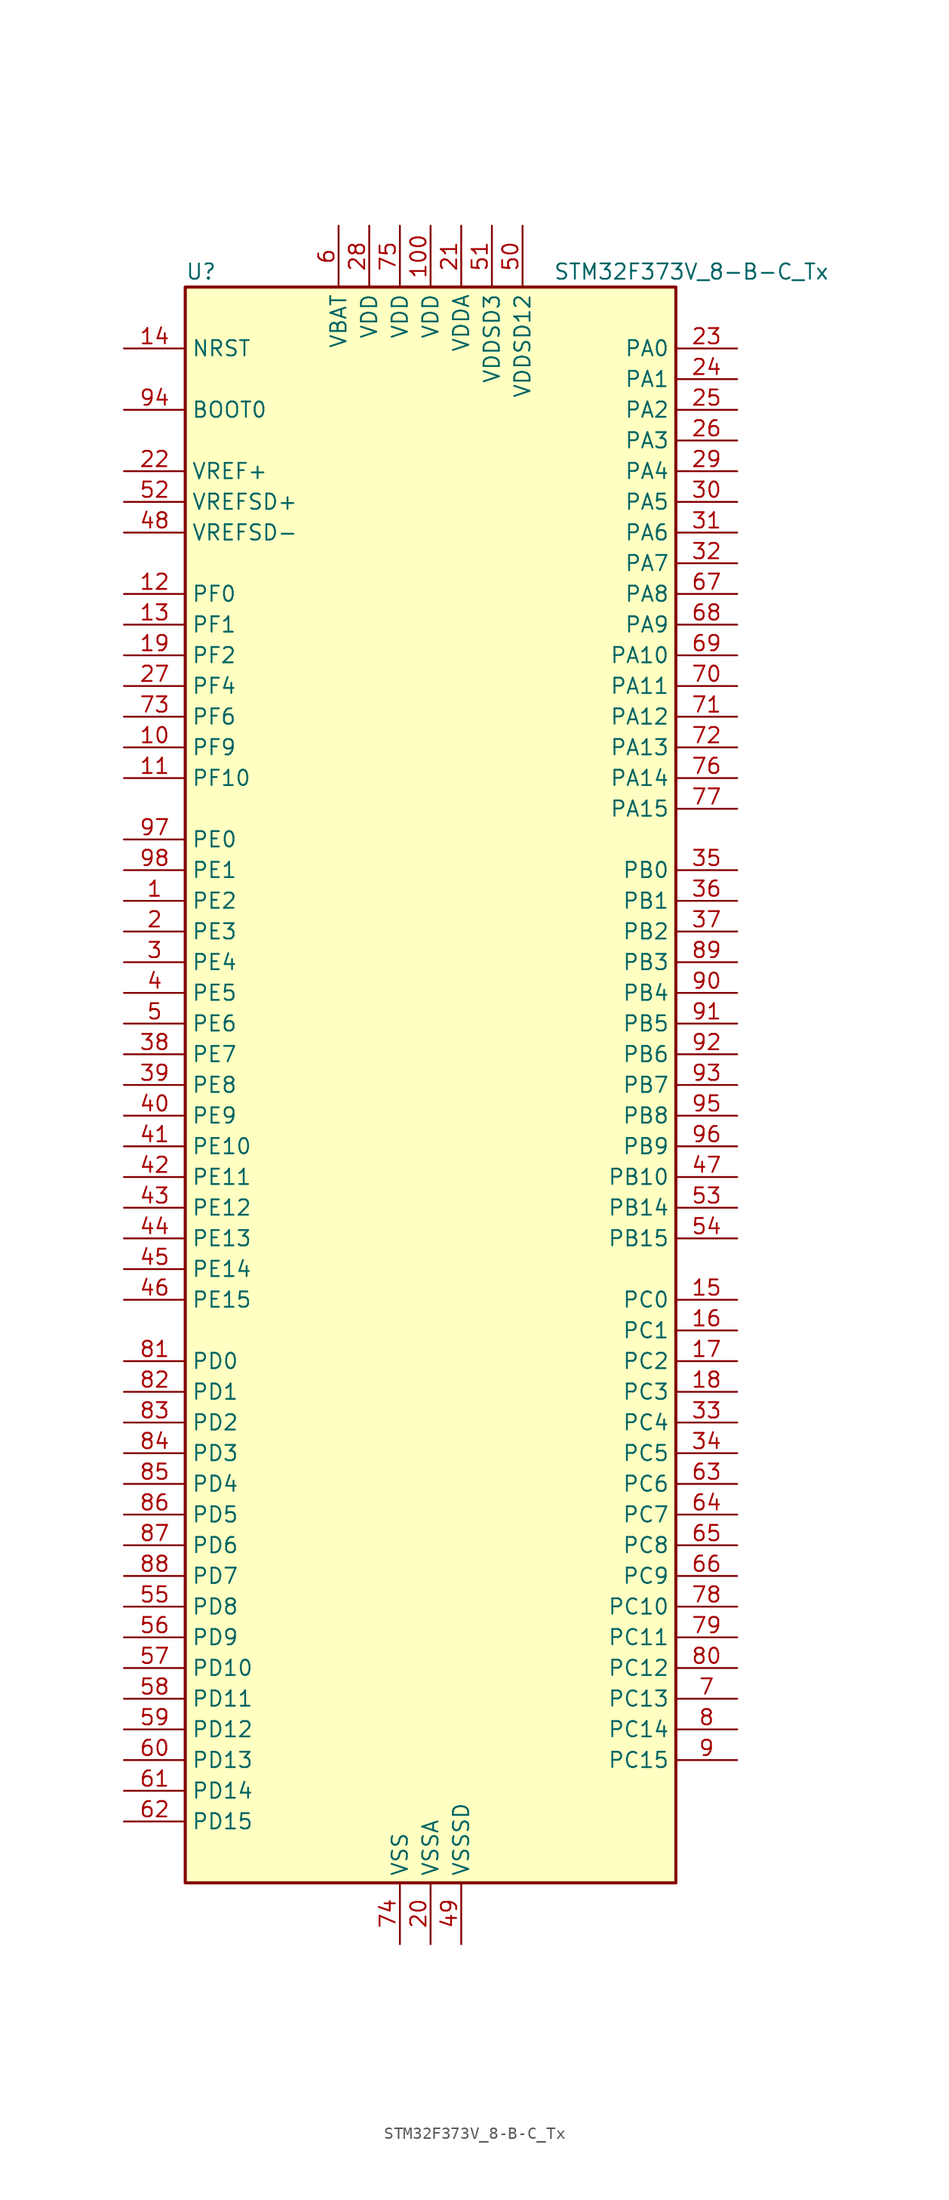
<source format=kicad_sym>
(kicad_symbol_lib
  (version 20241209)
  (generator "kicad_symbol_editor")
  (generator_version "9.0")
  (symbol "STM32F373V_8-B-C_Tx"
    (property "Reference" "U"
      (at -20.32 67.31 0)
      (effects (font (size 1.27 1.27)) (justify left)))
    (property "Value" "STM32F373V_8-B-C_Tx"
      (at 10.16 67.31 0)
      (effects (font (size 1.27 1.27)) (justify left)))
    (symbol "STM32F373V_8-B-C_Tx_0_1"
      (rectangle (start -20.32 -66.04) (end 20.32 66.04) (stroke (width 0.254) (type default)) (fill (type background))))
    (symbol "STM32F373V_8-B-C_Tx_1_1"
      (pin input line (at -25.4 60.96 0) (length 5.08) (name "NRST" (effects (font (size 1.27 1.27)))) (number "14" (effects (font (size 1.27 1.27)))))
      (pin input line (at -25.4 55.88 0) (length 5.08) (name "BOOT0" (effects (font (size 1.27 1.27)))) (number "94" (effects (font (size 1.27 1.27)))))
      (pin input line (at -25.4 50.8 0) (length 5.08) (name "VREF+" (effects (font (size 1.27 1.27)))) (number "22" (effects (font (size 1.27 1.27)))))
      (pin input line (at -25.4 48.26 0) (length 5.08) (name "VREFSD+" (effects (font (size 1.27 1.27)))) (number "52" (effects (font (size 1.27 1.27)))))
      (pin input line (at -25.4 45.72 0) (length 5.08) (name "VREFSD-" (effects (font (size 1.27 1.27)))) (number "48" (effects (font (size 1.27 1.27)))))
      (pin bidirectional line (at -25.4 40.64 0) (length 5.08) (name "PF0" (effects (font (size 1.27 1.27)))) (number "12" (effects (font (size 1.27 1.27)))) (alternate "I2C2_SDA" bidirectional line) (alternate "RCC_OSC_IN" bidirectional line))
      (pin bidirectional line (at -25.4 38.1 0) (length 5.08) (name "PF1" (effects (font (size 1.27 1.27)))) (number "13" (effects (font (size 1.27 1.27)))) (alternate "I2C2_SCL" bidirectional line) (alternate "RCC_OSC_OUT" bidirectional line))
      (pin bidirectional line (at -25.4 35.56 0) (length 5.08) (name "PF2" (effects (font (size 1.27 1.27)))) (number "19" (effects (font (size 1.27 1.27)))) (alternate "I2C2_SMBA" bidirectional line))
      (pin bidirectional line (at -25.4 33.02 0) (length 5.08) (name "PF4" (effects (font (size 1.27 1.27)))) (number "27" (effects (font (size 1.27 1.27)))))
      (pin bidirectional line (at -25.4 30.48 0) (length 5.08) (name "PF6" (effects (font (size 1.27 1.27)))) (number "73" (effects (font (size 1.27 1.27)))) (alternate "I2C2_SCL" bidirectional line) (alternate "I2S1_SD" bidirectional line) (alternate "SPI1_MOSI" bidirectional line) (alternate "TIM4_CH4" bidirectional line) (alternate "USART3_DE" bidirectional line) (alternate "USART3_RTS" bidirectional line))
      (pin bidirectional line (at -25.4 27.94 0) (length 5.08) (name "PF9" (effects (font (size 1.27 1.27)))) (number "10" (effects (font (size 1.27 1.27)))) (alternate "DAC1_EXTI9" bidirectional line) (alternate "DAC2_EXTI9" bidirectional line) (alternate "TIM14_CH1" bidirectional line))
      (pin bidirectional line (at -25.4 25.4 0) (length 5.08) (name "PF10" (effects (font (size 1.27 1.27)))) (number "11" (effects (font (size 1.27 1.27)))))
      (pin bidirectional line (at -25.4 20.32 0) (length 5.08) (name "PE0" (effects (font (size 1.27 1.27)))) (number "97" (effects (font (size 1.27 1.27)))) (alternate "TIM4_ETR" bidirectional line) (alternate "USART1_TX" bidirectional line))
      (pin bidirectional line (at -25.4 17.78 0) (length 5.08) (name "PE1" (effects (font (size 1.27 1.27)))) (number "98" (effects (font (size 1.27 1.27)))) (alternate "USART1_RX" bidirectional line))
      (pin bidirectional line (at -25.4 15.24 0) (length 5.08) (name "PE2" (effects (font (size 1.27 1.27)))) (number "1" (effects (font (size 1.27 1.27)))) (alternate "SYS_TRACECK" bidirectional line) (alternate "TSC_G7_IO1" bidirectional line))
      (pin bidirectional line (at -25.4 12.7 0) (length 5.08) (name "PE3" (effects (font (size 1.27 1.27)))) (number "2" (effects (font (size 1.27 1.27)))) (alternate "SYS_TRACED0" bidirectional line) (alternate "TSC_G7_IO2" bidirectional line))
      (pin bidirectional line (at -25.4 10.16 0) (length 5.08) (name "PE4" (effects (font (size 1.27 1.27)))) (number "3" (effects (font (size 1.27 1.27)))) (alternate "SYS_TRACED1" bidirectional line) (alternate "TSC_G7_IO3" bidirectional line))
      (pin bidirectional line (at -25.4 7.62 0) (length 5.08) (name "PE5" (effects (font (size 1.27 1.27)))) (number "4" (effects (font (size 1.27 1.27)))) (alternate "SYS_TRACED2" bidirectional line) (alternate "TSC_G7_IO4" bidirectional line))
      (pin bidirectional line (at -25.4 5.08 0) (length 5.08) (name "PE6" (effects (font (size 1.27 1.27)))) (number "5" (effects (font (size 1.27 1.27)))) (alternate "RTC_TAMP3" bidirectional line) (alternate "SYS_TRACED3" bidirectional line) (alternate "SYS_WKUP3" bidirectional line))
      (pin bidirectional line (at -25.4 2.54 0) (length 5.08) (name "PE7" (effects (font (size 1.27 1.27)))) (number "38" (effects (font (size 1.27 1.27)))) (alternate "SDADC1_AIN3P" bidirectional line) (alternate "SDADC1_AIN4M" bidirectional line) (alternate "SDADC2_AIN5P" bidirectional line) (alternate "SDADC2_AIN6M" bidirectional line))
      (pin bidirectional line (at -25.4 0 0) (length 5.08) (name "PE8" (effects (font (size 1.27 1.27)))) (number "39" (effects (font (size 1.27 1.27)))) (alternate "SDADC1_AIN8P" bidirectional line) (alternate "SDADC2_AIN8P" bidirectional line))
      (pin bidirectional line (at -25.4 -2.54 0) (length 5.08) (name "PE9" (effects (font (size 1.27 1.27)))) (number "40" (effects (font (size 1.27 1.27)))) (alternate "DAC1_EXTI9" bidirectional line) (alternate "DAC2_EXTI9" bidirectional line) (alternate "SDADC1_AIN7P" bidirectional line) (alternate "SDADC1_AIN8M" bidirectional line) (alternate "SDADC2_AIN7P" bidirectional line) (alternate "SDADC2_AIN8M" bidirectional line))
      (pin bidirectional line (at -25.4 -5.08 0) (length 5.08) (name "PE10" (effects (font (size 1.27 1.27)))) (number "41" (effects (font (size 1.27 1.27)))) (alternate "SDADC1_AIN2P" bidirectional line))
      (pin bidirectional line (at -25.4 -7.62 0) (length 5.08) (name "PE11" (effects (font (size 1.27 1.27)))) (number "42" (effects (font (size 1.27 1.27)))) (alternate "ADC1_EXTI11" bidirectional line) (alternate "SDADC1_AIN1P" bidirectional line) (alternate "SDADC1_AIN2M" bidirectional line) (alternate "SDADC1_EXTI11" bidirectional line) (alternate "SDADC2_AIN4P" bidirectional line) (alternate "SDADC2_EXTI11" bidirectional line) (alternate "SDADC3_EXTI11" bidirectional line))
      (pin bidirectional line (at -25.4 -10.16 0) (length 5.08) (name "PE12" (effects (font (size 1.27 1.27)))) (number "43" (effects (font (size 1.27 1.27)))) (alternate "SDADC1_AIN0P" bidirectional line) (alternate "SDADC2_AIN3P" bidirectional line) (alternate "SDADC2_AIN4M" bidirectional line))
      (pin bidirectional line (at -25.4 -12.7 0) (length 5.08) (name "PE13" (effects (font (size 1.27 1.27)))) (number "44" (effects (font (size 1.27 1.27)))) (alternate "SDADC1_AIN0M" bidirectional line) (alternate "SDADC2_AIN2P" bidirectional line))
      (pin bidirectional line (at -25.4 -15.24 0) (length 5.08) (name "PE14" (effects (font (size 1.27 1.27)))) (number "45" (effects (font (size 1.27 1.27)))) (alternate "SDADC2_AIN1P" bidirectional line) (alternate "SDADC2_AIN2M" bidirectional line))
      (pin bidirectional line (at -25.4 -17.78 0) (length 5.08) (name "PE15" (effects (font (size 1.27 1.27)))) (number "46" (effects (font (size 1.27 1.27)))) (alternate "ADC1_EXTI15" bidirectional line) (alternate "SDADC1_EXTI15" bidirectional line) (alternate "SDADC2_AIN0P" bidirectional line) (alternate "SDADC2_EXTI15" bidirectional line) (alternate "SDADC3_EXTI15" bidirectional line) (alternate "USART3_RX" bidirectional line))
      (pin bidirectional line (at -25.4 -22.86 0) (length 5.08) (name "PD0" (effects (font (size 1.27 1.27)))) (number "81" (effects (font (size 1.27 1.27)))) (alternate "CAN_RX" bidirectional line) (alternate "TIM19_CH4" bidirectional line))
      (pin bidirectional line (at -25.4 -25.4 0) (length 5.08) (name "PD1" (effects (font (size 1.27 1.27)))) (number "82" (effects (font (size 1.27 1.27)))) (alternate "CAN_TX" bidirectional line) (alternate "TIM19_ETR" bidirectional line))
      (pin bidirectional line (at -25.4 -27.94 0) (length 5.08) (name "PD2" (effects (font (size 1.27 1.27)))) (number "83" (effects (font (size 1.27 1.27)))) (alternate "TIM3_ETR" bidirectional line))
      (pin bidirectional line (at -25.4 -30.48 0) (length 5.08) (name "PD3" (effects (font (size 1.27 1.27)))) (number "84" (effects (font (size 1.27 1.27)))) (alternate "I2S2_MCK" bidirectional line) (alternate "SPI2_MISO" bidirectional line) (alternate "USART2_CTS" bidirectional line))
      (pin bidirectional line (at -25.4 -33.02 0) (length 5.08) (name "PD4" (effects (font (size 1.27 1.27)))) (number "85" (effects (font (size 1.27 1.27)))) (alternate "I2S2_SD" bidirectional line) (alternate "SPI2_MOSI" bidirectional line) (alternate "USART2_DE" bidirectional line) (alternate "USART2_RTS" bidirectional line))
      (pin bidirectional line (at -25.4 -35.56 0) (length 5.08) (name "PD5" (effects (font (size 1.27 1.27)))) (number "86" (effects (font (size 1.27 1.27)))) (alternate "USART2_TX" bidirectional line))
      (pin bidirectional line (at -25.4 -38.1 0) (length 5.08) (name "PD6" (effects (font (size 1.27 1.27)))) (number "87" (effects (font (size 1.27 1.27)))) (alternate "I2S2_WS" bidirectional line) (alternate "SPI2_NSS" bidirectional line) (alternate "USART2_RX" bidirectional line))
      (pin bidirectional line (at -25.4 -40.64 0) (length 5.08) (name "PD7" (effects (font (size 1.27 1.27)))) (number "88" (effects (font (size 1.27 1.27)))) (alternate "I2S2_CK" bidirectional line) (alternate "SPI2_SCK" bidirectional line) (alternate "USART2_CK" bidirectional line))
      (pin bidirectional line (at -25.4 -43.18 0) (length 5.08) (name "PD8" (effects (font (size 1.27 1.27)))) (number "55" (effects (font (size 1.27 1.27)))) (alternate "I2S2_CK" bidirectional line) (alternate "SDADC3_AIN6P" bidirectional line) (alternate "SPI2_SCK" bidirectional line) (alternate "TSC_G6_IO3" bidirectional line) (alternate "USART3_TX" bidirectional line))
      (pin bidirectional line (at -25.4 -45.72 0) (length 5.08) (name "PD9" (effects (font (size 1.27 1.27)))) (number "56" (effects (font (size 1.27 1.27)))) (alternate "DAC1_EXTI9" bidirectional line) (alternate "DAC2_EXTI9" bidirectional line) (alternate "SDADC3_AIN5P" bidirectional line) (alternate "SDADC3_AIN6M" bidirectional line) (alternate "TSC_G6_IO4" bidirectional line) (alternate "USART3_RX" bidirectional line))
      (pin bidirectional line (at -25.4 -48.26 0) (length 5.08) (name "PD10" (effects (font (size 1.27 1.27)))) (number "57" (effects (font (size 1.27 1.27)))) (alternate "SDADC3_AIN4P" bidirectional line) (alternate "USART3_CK" bidirectional line))
      (pin bidirectional line (at -25.4 -50.8 0) (length 5.08) (name "PD11" (effects (font (size 1.27 1.27)))) (number "58" (effects (font (size 1.27 1.27)))) (alternate "ADC1_EXTI11" bidirectional line) (alternate "SDADC1_EXTI11" bidirectional line) (alternate "SDADC2_EXTI11" bidirectional line) (alternate "SDADC3_AIN3P" bidirectional line) (alternate "SDADC3_AIN4M" bidirectional line) (alternate "SDADC3_EXTI11" bidirectional line) (alternate "USART3_CTS" bidirectional line))
      (pin bidirectional line (at -25.4 -53.34 0) (length 5.08) (name "PD12" (effects (font (size 1.27 1.27)))) (number "59" (effects (font (size 1.27 1.27)))) (alternate "SDADC3_AIN2P" bidirectional line) (alternate "TIM4_CH1" bidirectional line) (alternate "TSC_G8_IO1" bidirectional line) (alternate "USART3_DE" bidirectional line) (alternate "USART3_RTS" bidirectional line))
      (pin bidirectional line (at -25.4 -55.88 0) (length 5.08) (name "PD13" (effects (font (size 1.27 1.27)))) (number "60" (effects (font (size 1.27 1.27)))) (alternate "SDADC3_AIN1P" bidirectional line) (alternate "SDADC3_AIN2M" bidirectional line) (alternate "TIM4_CH2" bidirectional line) (alternate "TSC_G8_IO2" bidirectional line))
      (pin bidirectional line (at -25.4 -58.42 0) (length 5.08) (name "PD14" (effects (font (size 1.27 1.27)))) (number "61" (effects (font (size 1.27 1.27)))) (alternate "SDADC3_AIN0P" bidirectional line) (alternate "TIM4_CH3" bidirectional line) (alternate "TSC_G8_IO3" bidirectional line))
      (pin bidirectional line (at -25.4 -60.96 0) (length 5.08) (name "PD15" (effects (font (size 1.27 1.27)))) (number "62" (effects (font (size 1.27 1.27)))) (alternate "ADC1_EXTI15" bidirectional line) (alternate "SDADC1_EXTI15" bidirectional line) (alternate "SDADC2_EXTI15" bidirectional line) (alternate "SDADC3_AIN0M" bidirectional line) (alternate "SDADC3_EXTI15" bidirectional line) (alternate "TIM4_CH4" bidirectional line) (alternate "TSC_G8_IO4" bidirectional line))
      (pin power_in line (at -7.62 71.12 270) (length 5.08) (name "VBAT" (effects (font (size 1.27 1.27)))) (number "6" (effects (font (size 1.27 1.27)))))
      (pin power_in line (at -5.08 71.12 270) (length 5.08) (name "VDD" (effects (font (size 1.27 1.27)))) (number "28" (effects (font (size 1.27 1.27)))))
      (pin power_in line (at -2.54 71.12 270) (length 5.08) (name "VDD" (effects (font (size 1.27 1.27)))) (number "75" (effects (font (size 1.27 1.27)))))
      (pin power_in line (at -2.54 -71.12 90) (length 5.08) (name "VSS" (effects (font (size 1.27 1.27)))) (number "74" (effects (font (size 1.27 1.27)))))
      (pin passive line (at -2.54 -71.12 90) (length 5.08) (hide yes) (name "VSS" (effects (font (size 1.27 1.27)))) (number "99" (effects (font (size 1.27 1.27)))))
      (pin power_in line (at 0 71.12 270) (length 5.08) (name "VDD" (effects (font (size 1.27 1.27)))) (number "100" (effects (font (size 1.27 1.27)))))
      (pin power_in line (at 0 -71.12 90) (length 5.08) (name "VSSA" (effects (font (size 1.27 1.27)))) (number "20" (effects (font (size 1.27 1.27)))))
      (pin power_in line (at 2.54 71.12 270) (length 5.08) (name "VDDA" (effects (font (size 1.27 1.27)))) (number "21" (effects (font (size 1.27 1.27)))))
      (pin power_in line (at 2.54 -71.12 90) (length 5.08) (name "VSSSD" (effects (font (size 1.27 1.27)))) (number "49" (effects (font (size 1.27 1.27)))))
      (pin power_in line (at 5.08 71.12 270) (length 5.08) (name "VDDSD3" (effects (font (size 1.27 1.27)))) (number "51" (effects (font (size 1.27 1.27)))))
      (pin power_in line (at 7.62 71.12 270) (length 5.08) (name "VDDSD12" (effects (font (size 1.27 1.27)))) (number "50" (effects (font (size 1.27 1.27)))))
      (pin bidirectional line (at 25.4 60.96 180) (length 5.08) (name "PA0" (effects (font (size 1.27 1.27)))) (number "23" (effects (font (size 1.27 1.27)))) (alternate "ADC1_IN0" bidirectional line) (alternate "COMP1_INM" bidirectional line) (alternate "COMP1_OUT" bidirectional line) (alternate "RTC_TAMP2" bidirectional line) (alternate "SYS_WKUP1" bidirectional line) (alternate "TIM19_CH1" bidirectional line) (alternate "TIM2_CH1" bidirectional line) (alternate "TIM2_ETR" bidirectional line) (alternate "TIM5_CH1" bidirectional line) (alternate "TIM5_ETR" bidirectional line) (alternate "TSC_G1_IO1" bidirectional line) (alternate "USART2_CTS" bidirectional line))
      (pin bidirectional line (at 25.4 58.42 180) (length 5.08) (name "PA1" (effects (font (size 1.27 1.27)))) (number "24" (effects (font (size 1.27 1.27)))) (alternate "ADC1_IN1" bidirectional line) (alternate "COMP1_INP" bidirectional line) (alternate "I2S3_CK" bidirectional line) (alternate "RTC_REFIN" bidirectional line) (alternate "SPI3_SCK" bidirectional line) (alternate "TIM15_CH1N" bidirectional line) (alternate "TIM19_CH2" bidirectional line) (alternate "TIM2_CH2" bidirectional line) (alternate "TIM5_CH2" bidirectional line) (alternate "TSC_G1_IO2" bidirectional line) (alternate "USART2_DE" bidirectional line) (alternate "USART2_RTS" bidirectional line))
      (pin bidirectional line (at 25.4 55.88 180) (length 5.08) (name "PA2" (effects (font (size 1.27 1.27)))) (number "25" (effects (font (size 1.27 1.27)))) (alternate "ADC1_IN2" bidirectional line) (alternate "COMP2_INM" bidirectional line) (alternate "COMP2_OUT" bidirectional line) (alternate "I2S3_MCK" bidirectional line) (alternate "SPI3_MISO" bidirectional line) (alternate "TIM15_CH1" bidirectional line) (alternate "TIM19_CH3" bidirectional line) (alternate "TIM2_CH3" bidirectional line) (alternate "TIM5_CH3" bidirectional line) (alternate "TSC_G1_IO3" bidirectional line) (alternate "USART2_TX" bidirectional line))
      (pin bidirectional line (at 25.4 53.34 180) (length 5.08) (name "PA3" (effects (font (size 1.27 1.27)))) (number "26" (effects (font (size 1.27 1.27)))) (alternate "ADC1_IN3" bidirectional line) (alternate "COMP2_INP" bidirectional line) (alternate "I2S3_SD" bidirectional line) (alternate "SPI3_MOSI" bidirectional line) (alternate "TIM15_CH2" bidirectional line) (alternate "TIM19_CH4" bidirectional line) (alternate "TIM2_CH4" bidirectional line) (alternate "TIM5_CH4" bidirectional line) (alternate "TSC_G1_IO4" bidirectional line) (alternate "USART2_RX" bidirectional line))
      (pin bidirectional line (at 25.4 50.8 180) (length 5.08) (name "PA4" (effects (font (size 1.27 1.27)))) (number "29" (effects (font (size 1.27 1.27)))) (alternate "ADC1_IN4" bidirectional line) (alternate "DAC1_OUT1" bidirectional line) (alternate "I2S1_WS" bidirectional line) (alternate "I2S3_WS" bidirectional line) (alternate "SPI1_NSS" bidirectional line) (alternate "SPI3_NSS" bidirectional line) (alternate "TIM12_CH1" bidirectional line) (alternate "TIM3_CH2" bidirectional line) (alternate "TSC_G2_IO1" bidirectional line) (alternate "USART2_CK" bidirectional line))
      (pin bidirectional line (at 25.4 48.26 180) (length 5.08) (name "PA5" (effects (font (size 1.27 1.27)))) (number "30" (effects (font (size 1.27 1.27)))) (alternate "ADC1_IN5" bidirectional line) (alternate "CEC" bidirectional line) (alternate "DAC1_OUT2" bidirectional line) (alternate "I2S1_CK" bidirectional line) (alternate "SPI1_SCK" bidirectional line) (alternate "TIM12_CH2" bidirectional line) (alternate "TIM14_CH1" bidirectional line) (alternate "TIM2_CH1" bidirectional line) (alternate "TIM2_ETR" bidirectional line) (alternate "TSC_G2_IO2" bidirectional line))
      (pin bidirectional line (at 25.4 45.72 180) (length 5.08) (name "PA6" (effects (font (size 1.27 1.27)))) (number "31" (effects (font (size 1.27 1.27)))) (alternate "ADC1_IN6" bidirectional line) (alternate "COMP1_OUT" bidirectional line) (alternate "DAC2_OUT1" bidirectional line) (alternate "I2S1_MCK" bidirectional line) (alternate "SPI1_MISO" bidirectional line) (alternate "TIM13_CH1" bidirectional line) (alternate "TIM16_CH1" bidirectional line) (alternate "TIM3_CH1" bidirectional line) (alternate "TSC_G2_IO3" bidirectional line))
      (pin bidirectional line (at 25.4 43.18 180) (length 5.08) (name "PA7" (effects (font (size 1.27 1.27)))) (number "32" (effects (font (size 1.27 1.27)))) (alternate "ADC1_IN7" bidirectional line) (alternate "COMP2_OUT" bidirectional line) (alternate "I2S1_SD" bidirectional line) (alternate "SPI1_MOSI" bidirectional line) (alternate "TIM14_CH1" bidirectional line) (alternate "TIM17_CH1" bidirectional line) (alternate "TIM3_CH2" bidirectional line) (alternate "TSC_G2_IO4" bidirectional line))
      (pin bidirectional line (at 25.4 40.64 180) (length 5.08) (name "PA8" (effects (font (size 1.27 1.27)))) (number "67" (effects (font (size 1.27 1.27)))) (alternate "I2C2_SMBA" bidirectional line) (alternate "I2S2_CK" bidirectional line) (alternate "RCC_MCO" bidirectional line) (alternate "SPI2_SCK" bidirectional line) (alternate "TIM4_ETR" bidirectional line) (alternate "TIM5_CH1" bidirectional line) (alternate "TIM5_ETR" bidirectional line) (alternate "USART1_CK" bidirectional line))
      (pin bidirectional line (at 25.4 38.1 180) (length 5.08) (name "PA9" (effects (font (size 1.27 1.27)))) (number "68" (effects (font (size 1.27 1.27)))) (alternate "DAC1_EXTI9" bidirectional line) (alternate "DAC2_EXTI9" bidirectional line) (alternate "I2C2_SCL" bidirectional line) (alternate "I2S2_MCK" bidirectional line) (alternate "SPI2_MISO" bidirectional line) (alternate "TIM13_CH1" bidirectional line) (alternate "TIM15_BKIN" bidirectional line) (alternate "TIM2_CH3" bidirectional line) (alternate "TSC_G4_IO1" bidirectional line) (alternate "USART1_TX" bidirectional line))
      (pin bidirectional line (at 25.4 35.56 180) (length 5.08) (name "PA10" (effects (font (size 1.27 1.27)))) (number "69" (effects (font (size 1.27 1.27)))) (alternate "I2C2_SDA" bidirectional line) (alternate "I2S2_SD" bidirectional line) (alternate "SPI2_MOSI" bidirectional line) (alternate "TIM14_CH1" bidirectional line) (alternate "TIM17_BKIN" bidirectional line) (alternate "TIM2_CH4" bidirectional line) (alternate "TSC_G4_IO2" bidirectional line) (alternate "USART1_RX" bidirectional line))
      (pin bidirectional line (at 25.4 33.02 180) (length 5.08) (name "PA11" (effects (font (size 1.27 1.27)))) (number "70" (effects (font (size 1.27 1.27)))) (alternate "ADC1_EXTI11" bidirectional line) (alternate "CAN_RX" bidirectional line) (alternate "COMP1_OUT" bidirectional line) (alternate "I2S1_WS" bidirectional line) (alternate "I2S2_WS" bidirectional line) (alternate "SDADC1_EXTI11" bidirectional line) (alternate "SDADC2_EXTI11" bidirectional line) (alternate "SDADC3_EXTI11" bidirectional line) (alternate "SPI1_NSS" bidirectional line) (alternate "SPI2_NSS" bidirectional line) (alternate "TIM4_CH1" bidirectional line) (alternate "TIM5_CH2" bidirectional line) (alternate "USART1_CTS" bidirectional line) (alternate "USB_DM" bidirectional line))
      (pin bidirectional line (at 25.4 30.48 180) (length 5.08) (name "PA12" (effects (font (size 1.27 1.27)))) (number "71" (effects (font (size 1.27 1.27)))) (alternate "CAN_TX" bidirectional line) (alternate "COMP2_OUT" bidirectional line) (alternate "I2S1_CK" bidirectional line) (alternate "SPI1_SCK" bidirectional line) (alternate "TIM16_CH1" bidirectional line) (alternate "TIM4_CH2" bidirectional line) (alternate "TIM5_CH3" bidirectional line) (alternate "USART1_DE" bidirectional line) (alternate "USART1_RTS" bidirectional line) (alternate "USB_DP" bidirectional line))
      (pin bidirectional line (at 25.4 27.94 180) (length 5.08) (name "PA13" (effects (font (size 1.27 1.27)))) (number "72" (effects (font (size 1.27 1.27)))) (alternate "I2S1_MCK" bidirectional line) (alternate "IR_OUT" bidirectional line) (alternate "SPI1_MISO" bidirectional line) (alternate "SYS_JTMS-SWDIO" bidirectional line) (alternate "TIM16_CH1N" bidirectional line) (alternate "TIM4_CH3" bidirectional line) (alternate "TIM5_CH4" bidirectional line) (alternate "TSC_G4_IO3" bidirectional line) (alternate "USART3_CTS" bidirectional line))
      (pin bidirectional line (at 25.4 25.4 180) (length 5.08) (name "PA14" (effects (font (size 1.27 1.27)))) (number "76" (effects (font (size 1.27 1.27)))) (alternate "I2C1_SDA" bidirectional line) (alternate "SYS_JTCK-SWCLK" bidirectional line) (alternate "TIM12_CH1" bidirectional line) (alternate "TSC_G4_IO4" bidirectional line))
      (pin bidirectional line (at 25.4 22.86 180) (length 5.08) (name "PA15" (effects (font (size 1.27 1.27)))) (number "77" (effects (font (size 1.27 1.27)))) (alternate "ADC1_EXTI15" bidirectional line) (alternate "I2C1_SCL" bidirectional line) (alternate "I2S1_WS" bidirectional line) (alternate "I2S3_WS" bidirectional line) (alternate "SDADC1_EXTI15" bidirectional line) (alternate "SDADC2_EXTI15" bidirectional line) (alternate "SDADC3_EXTI15" bidirectional line) (alternate "SPI1_NSS" bidirectional line) (alternate "SPI3_NSS" bidirectional line) (alternate "SYS_JTDI" bidirectional line) (alternate "TIM12_CH2" bidirectional line) (alternate "TIM2_CH1" bidirectional line) (alternate "TIM2_ETR" bidirectional line) (alternate "TSC_SYNC" bidirectional line))
      (pin bidirectional line (at 25.4 17.78 180) (length 5.08) (name "PB0" (effects (font (size 1.27 1.27)))) (number "35" (effects (font (size 1.27 1.27)))) (alternate "ADC1_IN8" bidirectional line) (alternate "I2S1_SD" bidirectional line) (alternate "SDADC1_AIN6P" bidirectional line) (alternate "SPI1_MOSI" bidirectional line) (alternate "TIM3_CH2" bidirectional line) (alternate "TIM3_CH3" bidirectional line) (alternate "TSC_G3_IO3" bidirectional line))
      (pin bidirectional line (at 25.4 15.24 180) (length 5.08) (name "PB1" (effects (font (size 1.27 1.27)))) (number "36" (effects (font (size 1.27 1.27)))) (alternate "ADC1_IN9" bidirectional line) (alternate "SDADC1_AIN5P" bidirectional line) (alternate "SDADC1_AIN6M" bidirectional line) (alternate "TIM3_CH4" bidirectional line) (alternate "TSC_G3_IO4" bidirectional line))
      (pin bidirectional line (at 25.4 12.7 180) (length 5.08) (name "PB2" (effects (font (size 1.27 1.27)))) (number "37" (effects (font (size 1.27 1.27)))) (alternate "SDADC1_AIN4P" bidirectional line) (alternate "SDADC2_AIN6P" bidirectional line))
      (pin bidirectional line (at 25.4 10.16 180) (length 5.08) (name "PB3" (effects (font (size 1.27 1.27)))) (number "89" (effects (font (size 1.27 1.27)))) (alternate "I2S1_CK" bidirectional line) (alternate "I2S3_CK" bidirectional line) (alternate "SPI1_SCK" bidirectional line) (alternate "SPI3_SCK" bidirectional line) (alternate "SYS_JTDO-TRACESWO" bidirectional line) (alternate "TIM13_CH1" bidirectional line) (alternate "TIM2_CH2" bidirectional line) (alternate "TIM3_ETR" bidirectional line) (alternate "TIM4_ETR" bidirectional line) (alternate "TSC_G5_IO1" bidirectional line) (alternate "USART2_TX" bidirectional line))
      (pin bidirectional line (at 25.4 7.62 180) (length 5.08) (name "PB4" (effects (font (size 1.27 1.27)))) (number "90" (effects (font (size 1.27 1.27)))) (alternate "I2S1_MCK" bidirectional line) (alternate "I2S3_MCK" bidirectional line) (alternate "SPI1_MISO" bidirectional line) (alternate "SPI3_MISO" bidirectional line) (alternate "SYS_NJTRST" bidirectional line) (alternate "TIM15_CH1N" bidirectional line) (alternate "TIM16_CH1" bidirectional line) (alternate "TIM17_BKIN" bidirectional line) (alternate "TIM3_CH1" bidirectional line) (alternate "TSC_G5_IO2" bidirectional line) (alternate "USART2_RX" bidirectional line))
      (pin bidirectional line (at 25.4 5.08 180) (length 5.08) (name "PB5" (effects (font (size 1.27 1.27)))) (number "91" (effects (font (size 1.27 1.27)))) (alternate "I2C1_SMBA" bidirectional line) (alternate "I2S1_SD" bidirectional line) (alternate "I2S3_SD" bidirectional line) (alternate "SPI1_MOSI" bidirectional line) (alternate "SPI3_MOSI" bidirectional line) (alternate "TIM16_BKIN" bidirectional line) (alternate "TIM17_CH1" bidirectional line) (alternate "TIM19_ETR" bidirectional line) (alternate "TIM3_CH2" bidirectional line) (alternate "USART2_CK" bidirectional line))
      (pin bidirectional line (at 25.4 2.54 180) (length 5.08) (name "PB6" (effects (font (size 1.27 1.27)))) (number "92" (effects (font (size 1.27 1.27)))) (alternate "I2C1_SCL" bidirectional line) (alternate "TIM15_CH1" bidirectional line) (alternate "TIM16_CH1N" bidirectional line) (alternate "TIM19_CH1" bidirectional line) (alternate "TIM3_CH3" bidirectional line) (alternate "TIM4_CH1" bidirectional line) (alternate "TSC_G5_IO3" bidirectional line) (alternate "USART1_TX" bidirectional line))
      (pin bidirectional line (at 25.4 0 180) (length 5.08) (name "PB7" (effects (font (size 1.27 1.27)))) (number "93" (effects (font (size 1.27 1.27)))) (alternate "I2C1_SDA" bidirectional line) (alternate "TIM15_CH2" bidirectional line) (alternate "TIM17_CH1N" bidirectional line) (alternate "TIM19_CH2" bidirectional line) (alternate "TIM3_CH4" bidirectional line) (alternate "TIM4_CH2" bidirectional line) (alternate "TSC_G5_IO4" bidirectional line) (alternate "USART1_RX" bidirectional line))
      (pin bidirectional line (at 25.4 -2.54 180) (length 5.08) (name "PB8" (effects (font (size 1.27 1.27)))) (number "95" (effects (font (size 1.27 1.27)))) (alternate "CAN_RX" bidirectional line) (alternate "CEC" bidirectional line) (alternate "COMP1_OUT" bidirectional line) (alternate "I2C1_SCL" bidirectional line) (alternate "I2S2_CK" bidirectional line) (alternate "SPI2_SCK" bidirectional line) (alternate "TIM16_CH1" bidirectional line) (alternate "TIM19_CH3" bidirectional line) (alternate "TIM4_CH3" bidirectional line) (alternate "TSC_SYNC" bidirectional line) (alternate "USART3_TX" bidirectional line))
      (pin bidirectional line (at 25.4 -5.08 180) (length 5.08) (name "PB9" (effects (font (size 1.27 1.27)))) (number "96" (effects (font (size 1.27 1.27)))) (alternate "CAN_TX" bidirectional line) (alternate "COMP2_OUT" bidirectional line) (alternate "DAC1_EXTI9" bidirectional line) (alternate "DAC2_EXTI9" bidirectional line) (alternate "I2C1_SDA" bidirectional line) (alternate "I2S2_WS" bidirectional line) (alternate "IR_OUT" bidirectional line) (alternate "SPI2_NSS" bidirectional line) (alternate "TIM17_CH1" bidirectional line) (alternate "TIM19_CH4" bidirectional line) (alternate "TIM4_CH4" bidirectional line) (alternate "USART3_RX" bidirectional line))
      (pin bidirectional line (at 25.4 -7.62 180) (length 5.08) (name "PB10" (effects (font (size 1.27 1.27)))) (number "47" (effects (font (size 1.27 1.27)))) (alternate "CEC" bidirectional line) (alternate "I2S2_CK" bidirectional line) (alternate "SDADC2_AIN0M" bidirectional line) (alternate "SPI2_SCK" bidirectional line) (alternate "TIM2_CH3" bidirectional line) (alternate "TSC_SYNC" bidirectional line) (alternate "USART3_TX" bidirectional line))
      (pin bidirectional line (at 25.4 -10.16 180) (length 5.08) (name "PB14" (effects (font (size 1.27 1.27)))) (number "53" (effects (font (size 1.27 1.27)))) (alternate "I2S2_MCK" bidirectional line) (alternate "SDADC3_AIN8P" bidirectional line) (alternate "SPI2_MISO" bidirectional line) (alternate "TIM12_CH1" bidirectional line) (alternate "TIM15_CH1" bidirectional line) (alternate "TSC_G6_IO1" bidirectional line) (alternate "USART3_DE" bidirectional line) (alternate "USART3_RTS" bidirectional line))
      (pin bidirectional line (at 25.4 -12.7 180) (length 5.08) (name "PB15" (effects (font (size 1.27 1.27)))) (number "54" (effects (font (size 1.27 1.27)))) (alternate "ADC1_EXTI15" bidirectional line) (alternate "I2S2_SD" bidirectional line) (alternate "RTC_REFIN" bidirectional line) (alternate "SDADC1_EXTI15" bidirectional line) (alternate "SDADC2_EXTI15" bidirectional line) (alternate "SDADC3_AIN7P" bidirectional line) (alternate "SDADC3_AIN8M" bidirectional line) (alternate "SDADC3_EXTI15" bidirectional line) (alternate "SPI2_MOSI" bidirectional line) (alternate "TIM12_CH2" bidirectional line) (alternate "TIM15_CH1N" bidirectional line) (alternate "TIM15_CH2" bidirectional line) (alternate "TSC_G6_IO2" bidirectional line))
      (pin bidirectional line (at 25.4 -17.78 180) (length 5.08) (name "PC0" (effects (font (size 1.27 1.27)))) (number "15" (effects (font (size 1.27 1.27)))) (alternate "ADC1_IN10" bidirectional line) (alternate "TIM5_CH1" bidirectional line) (alternate "TIM5_ETR" bidirectional line))
      (pin bidirectional line (at 25.4 -20.32 180) (length 5.08) (name "PC1" (effects (font (size 1.27 1.27)))) (number "16" (effects (font (size 1.27 1.27)))) (alternate "ADC1_IN11" bidirectional line) (alternate "TIM5_CH2" bidirectional line))
      (pin bidirectional line (at 25.4 -22.86 180) (length 5.08) (name "PC2" (effects (font (size 1.27 1.27)))) (number "17" (effects (font (size 1.27 1.27)))) (alternate "ADC1_IN12" bidirectional line) (alternate "I2S2_MCK" bidirectional line) (alternate "SPI2_MISO" bidirectional line) (alternate "TIM5_CH3" bidirectional line))
      (pin bidirectional line (at 25.4 -25.4 180) (length 5.08) (name "PC3" (effects (font (size 1.27 1.27)))) (number "18" (effects (font (size 1.27 1.27)))) (alternate "ADC1_IN13" bidirectional line) (alternate "I2S2_SD" bidirectional line) (alternate "SPI2_MOSI" bidirectional line) (alternate "TIM5_CH4" bidirectional line))
      (pin bidirectional line (at 25.4 -27.94 180) (length 5.08) (name "PC4" (effects (font (size 1.27 1.27)))) (number "33" (effects (font (size 1.27 1.27)))) (alternate "ADC1_IN14" bidirectional line) (alternate "TIM13_CH1" bidirectional line) (alternate "TSC_G3_IO1" bidirectional line) (alternate "USART1_TX" bidirectional line))
      (pin bidirectional line (at 25.4 -30.48 180) (length 5.08) (name "PC5" (effects (font (size 1.27 1.27)))) (number "34" (effects (font (size 1.27 1.27)))) (alternate "ADC1_IN15" bidirectional line) (alternate "TSC_G3_IO2" bidirectional line) (alternate "USART1_RX" bidirectional line))
      (pin bidirectional line (at 25.4 -33.02 180) (length 5.08) (name "PC6" (effects (font (size 1.27 1.27)))) (number "63" (effects (font (size 1.27 1.27)))) (alternate "I2S1_WS" bidirectional line) (alternate "SPI1_NSS" bidirectional line) (alternate "TIM3_CH1" bidirectional line))
      (pin bidirectional line (at 25.4 -35.56 180) (length 5.08) (name "PC7" (effects (font (size 1.27 1.27)))) (number "64" (effects (font (size 1.27 1.27)))) (alternate "I2S1_CK" bidirectional line) (alternate "SPI1_SCK" bidirectional line) (alternate "TIM3_CH2" bidirectional line))
      (pin bidirectional line (at 25.4 -38.1 180) (length 5.08) (name "PC8" (effects (font (size 1.27 1.27)))) (number "65" (effects (font (size 1.27 1.27)))) (alternate "I2S1_MCK" bidirectional line) (alternate "SPI1_MISO" bidirectional line) (alternate "TIM3_CH3" bidirectional line))
      (pin bidirectional line (at 25.4 -40.64 180) (length 5.08) (name "PC9" (effects (font (size 1.27 1.27)))) (number "66" (effects (font (size 1.27 1.27)))) (alternate "DAC1_EXTI9" bidirectional line) (alternate "DAC2_EXTI9" bidirectional line) (alternate "I2S1_SD" bidirectional line) (alternate "SPI1_MOSI" bidirectional line) (alternate "TIM3_CH4" bidirectional line))
      (pin bidirectional line (at 25.4 -43.18 180) (length 5.08) (name "PC10" (effects (font (size 1.27 1.27)))) (number "78" (effects (font (size 1.27 1.27)))) (alternate "I2S3_CK" bidirectional line) (alternate "SPI3_SCK" bidirectional line) (alternate "TIM19_CH1" bidirectional line) (alternate "USART3_TX" bidirectional line))
      (pin bidirectional line (at 25.4 -45.72 180) (length 5.08) (name "PC11" (effects (font (size 1.27 1.27)))) (number "79" (effects (font (size 1.27 1.27)))) (alternate "ADC1_EXTI11" bidirectional line) (alternate "I2S3_MCK" bidirectional line) (alternate "SDADC1_EXTI11" bidirectional line) (alternate "SDADC2_EXTI11" bidirectional line) (alternate "SDADC3_EXTI11" bidirectional line) (alternate "SPI3_MISO" bidirectional line) (alternate "TIM19_CH2" bidirectional line) (alternate "USART3_RX" bidirectional line))
      (pin bidirectional line (at 25.4 -48.26 180) (length 5.08) (name "PC12" (effects (font (size 1.27 1.27)))) (number "80" (effects (font (size 1.27 1.27)))) (alternate "I2S3_SD" bidirectional line) (alternate "SPI3_MOSI" bidirectional line) (alternate "TIM19_CH3" bidirectional line) (alternate "USART3_CK" bidirectional line))
      (pin bidirectional line (at 25.4 -50.8 180) (length 5.08) (name "PC13" (effects (font (size 1.27 1.27)))) (number "7" (effects (font (size 1.27 1.27)))) (alternate "RTC_OUT_ALARM" bidirectional line) (alternate "RTC_OUT_CALIB" bidirectional line) (alternate "RTC_TAMP1" bidirectional line) (alternate "RTC_TS" bidirectional line) (alternate "SYS_WKUP2" bidirectional line))
      (pin bidirectional line (at 25.4 -53.34 180) (length 5.08) (name "PC14" (effects (font (size 1.27 1.27)))) (number "8" (effects (font (size 1.27 1.27)))) (alternate "RCC_OSC32_IN" bidirectional line))
      (pin bidirectional line (at 25.4 -55.88 180) (length 5.08) (name "PC15" (effects (font (size 1.27 1.27)))) (number "9" (effects (font (size 1.27 1.27)))) (alternate "ADC1_EXTI15" bidirectional line) (alternate "RCC_OSC32_OUT" bidirectional line) (alternate "SDADC1_EXTI15" bidirectional line) (alternate "SDADC2_EXTI15" bidirectional line) (alternate "SDADC3_EXTI15" bidirectional line)))))
</source>
